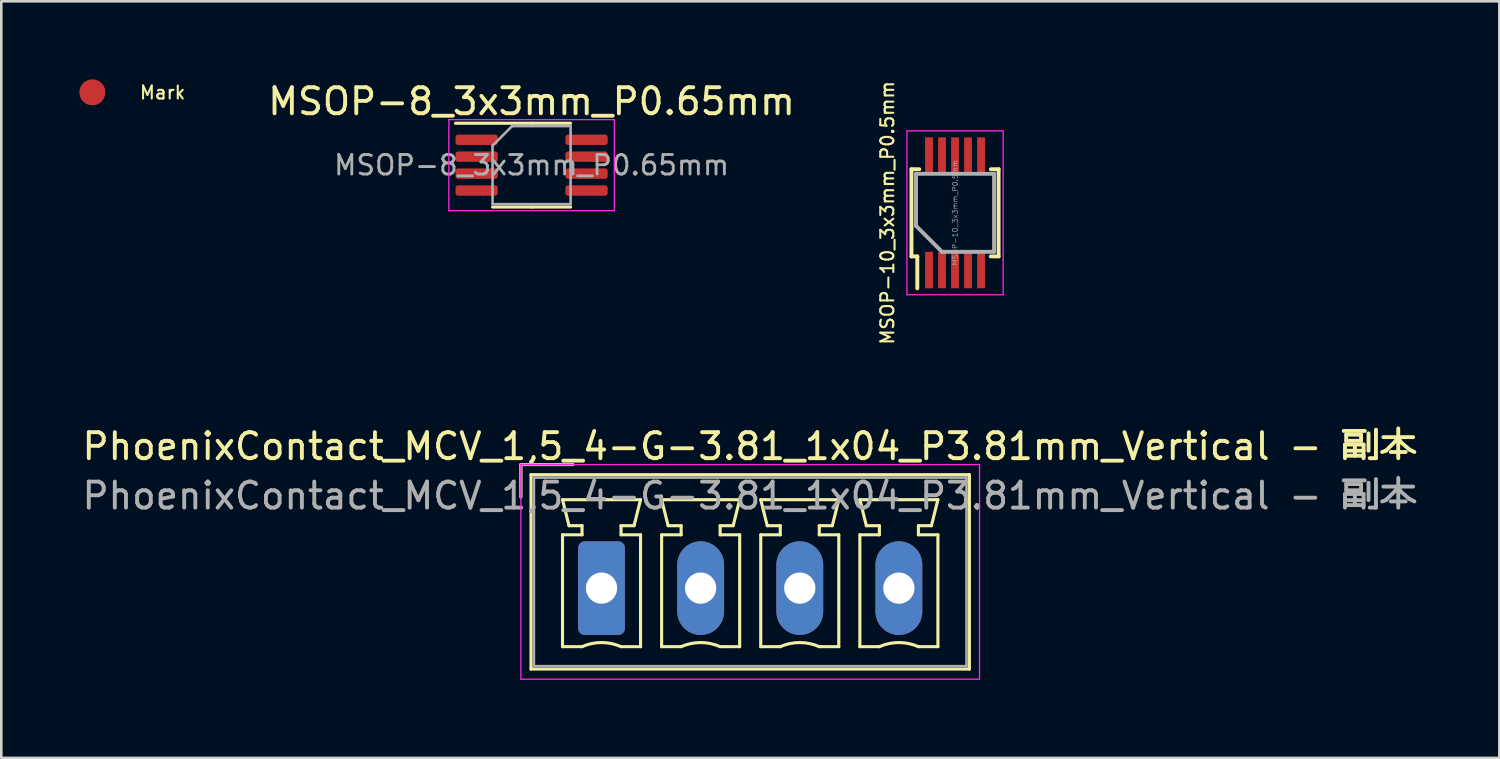
<source format=kicad_pcb>
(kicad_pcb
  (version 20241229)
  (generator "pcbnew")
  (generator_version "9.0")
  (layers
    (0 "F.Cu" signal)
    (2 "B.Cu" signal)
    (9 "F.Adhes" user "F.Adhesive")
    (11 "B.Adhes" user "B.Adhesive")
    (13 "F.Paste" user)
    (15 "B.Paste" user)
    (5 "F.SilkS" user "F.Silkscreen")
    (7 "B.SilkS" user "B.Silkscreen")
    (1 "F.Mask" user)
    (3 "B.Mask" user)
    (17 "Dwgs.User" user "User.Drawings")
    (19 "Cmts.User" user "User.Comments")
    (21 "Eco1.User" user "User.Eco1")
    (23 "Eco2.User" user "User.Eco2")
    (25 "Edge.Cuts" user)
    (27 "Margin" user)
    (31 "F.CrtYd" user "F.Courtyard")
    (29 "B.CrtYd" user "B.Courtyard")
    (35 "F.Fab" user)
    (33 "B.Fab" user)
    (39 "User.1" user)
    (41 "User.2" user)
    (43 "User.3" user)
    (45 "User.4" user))
  (footprint "MSOP-10_3x3mm_P0.5mm"
    (layer "F.Cu")
    (at 33.66 5.13)
    (property "Reference" "MSOP-10_3x3mm_P0.5mm" (at -2.6 0 90) (layer "F.SilkS") (effects (font (size 0.5 0.5) (thickness 0.08))))
    (attr smd)
    (fp_line (start -1.675 -1.675) (end -1.375 -1.675) (stroke (width 0.15) (type solid)) (layer "F.SilkS"))
    (fp_line (start -1.675 1.675) (end -1.675 -1.675) (stroke (width 0.15) (type solid)) (layer "F.SilkS"))
    (fp_line (start -1.675 1.675) (end -1.45 1.675) (stroke (width 0.15) (type solid)) (layer "F.SilkS"))
    (fp_line (start -1.45 1.675) (end -1.45 2.9) (stroke (width 0.15) (type solid)) (layer "F.SilkS"))
    (fp_line (start 1.675 -1.675) (end 1.375 -1.675) (stroke (width 0.15) (type solid)) (layer "F.SilkS"))
    (fp_line (start 1.675 1.675) (end 1.375 1.675) (stroke (width 0.15) (type solid)) (layer "F.SilkS"))
    (fp_line (start 1.675 1.675) (end 1.675 -1.675) (stroke (width 0.15) (type solid)) (layer "F.SilkS"))
    (fp_line (start -1.85 -3.15) (end 1.85 -3.15) (stroke (width 0.05) (type solid)) (layer "F.CrtYd"))
    (fp_line (start -1.85 3.15) (end -1.85 -3.15) (stroke (width 0.05) (type solid)) (layer "F.CrtYd"))
    (fp_line (start -1.85 3.15) (end 1.85 3.15) (stroke (width 0.05) (type solid)) (layer "F.CrtYd"))
    (fp_line (start 1.85 3.15) (end 1.85 -3.15) (stroke (width 0.05) (type solid)) (layer "F.CrtYd"))
    (fp_line (start -1.5 -1.5) (end 1.5 -1.5) (stroke (width 0.15) (type solid)) (layer "F.Fab"))
    (fp_line (start -1.5 0.5) (end -1.5 -1.5) (stroke (width 0.15) (type solid)) (layer "F.Fab"))
    (fp_line (start -0.5 1.5) (end -1.5 0.5) (stroke (width 0.15) (type solid)) (layer "F.Fab"))
    (fp_line (start 1.5 -1.5) (end 1.5 1.5) (stroke (width 0.15) (type solid)) (layer "F.Fab"))
    (fp_line (start 1.5 1.5) (end -0.5 1.5) (stroke (width 0.15) (type solid)) (layer "F.Fab"))
    (fp_text user "${REFERENCE}" (at 0 0 90) (layer "F.Fab") (effects (font (size 0.2 0.2) (thickness 0.02))))
    (pad "1" smd rect (at -1 2.2 90) (size 1.4 0.3) (layers "F.Cu" "F.Mask" "F.Paste"))
    (pad "2" smd rect (at -0.5 2.2 90) (size 1.4 0.3) (layers "F.Cu" "F.Mask" "F.Paste"))
    (pad "3" smd rect (at 0 2.2 90) (size 1.4 0.3) (layers "F.Cu" "F.Mask" "F.Paste"))
    (pad "4" smd rect (at 0.5 2.2 90) (size 1.4 0.3) (layers "F.Cu" "F.Mask" "F.Paste"))
    (pad "5" smd rect (at 1 2.2 90) (size 1.4 0.3) (layers "F.Cu" "F.Mask" "F.Paste"))
    (pad "6" smd rect (at 1 -2.2 90) (size 1.4 0.3) (layers "F.Cu" "F.Mask" "F.Paste"))
    (pad "7" smd rect (at 0.5 -2.2 90) (size 1.4 0.3) (layers "F.Cu" "F.Mask" "F.Paste"))
    (pad "8" smd rect (at 0 -2.2 90) (size 1.4 0.3) (layers "F.Cu" "F.Mask" "F.Paste"))
    (pad "9" smd rect (at -0.5 -2.2 90) (size 1.4 0.3) (layers "F.Cu" "F.Mask" "F.Paste"))
    (pad "10" smd rect (at -1 -2.2 90) (size 1.4 0.3) (layers "F.Cu" "F.Mask" "F.Paste")))
  (footprint "PhoenixContact_MCV_1,5_4-G-3.81_1x04_P3.81mm_Vertical - 副本"
    (layer "F.Cu")
    (at 20.072 19.557)
    (property "Reference" "PhoenixContact_MCV_1,5_4-G-3.81_1x04_P3.81mm_Vertical - 副本" (at 5.72 -5.45 0) (layer "F.SilkS") (effects (font (size 1 1) (thickness 0.15))))
    (attr through_hole)
    (fp_line (start -3.1 -4.75) (end -1.1 -4.75) (stroke (width 0.12) (type solid)) (layer "F.SilkS"))
    (fp_line (start -3.1 -3.5) (end -3.1 -4.75) (stroke (width 0.12) (type solid)) (layer "F.SilkS"))
    (fp_line (start -2.71 -4.36) (end -2.71 3.11) (stroke (width 0.12) (type solid)) (layer "F.SilkS"))
    (fp_line (start -2.71 3.11) (end 14.14 3.11) (stroke (width 0.12) (type solid)) (layer "F.SilkS"))
    (fp_line (start -1.5 -3.4) (end 1.5 -3.4) (stroke (width 0.12) (type solid)) (layer "F.SilkS"))
    (fp_line (start -1.5 -2.05) (end -0.75 -2.05) (stroke (width 0.12) (type solid)) (layer "F.SilkS"))
    (fp_line (start -1.5 2.25) (end -1.5 -2.05) (stroke (width 0.12) (type solid)) (layer "F.SilkS"))
    (fp_line (start -1.25 -2.4) (end -1.5 -3.4) (stroke (width 0.12) (type solid)) (layer "F.SilkS"))
    (fp_line (start -0.75 -2.4) (end -1.25 -2.4) (stroke (width 0.12) (type solid)) (layer "F.SilkS"))
    (fp_line (start -0.75 -2.05) (end -0.75 -2.4) (stroke (width 0.12) (type solid)) (layer "F.SilkS"))
    (fp_line (start -0.75 2.25) (end -1.5 2.25) (stroke (width 0.12) (type solid)) (layer "F.SilkS"))
    (fp_line (start 0.75 -2.4) (end 0.75 -2.05) (stroke (width 0.12) (type solid)) (layer "F.SilkS"))
    (fp_line (start 0.75 -2.05) (end 1.5 -2.05) (stroke (width 0.12) (type solid)) (layer "F.SilkS"))
    (fp_line (start 1.25 -2.4) (end 0.75 -2.4) (stroke (width 0.12) (type solid)) (layer "F.SilkS"))
    (fp_line (start 1.5 -3.4) (end 1.25 -2.4) (stroke (width 0.12) (type solid)) (layer "F.SilkS"))
    (fp_line (start 1.5 -2.05) (end 1.5 2.25) (stroke (width 0.12) (type solid)) (layer "F.SilkS"))
    (fp_line (start 1.5 2.25) (end 0.75 2.25) (stroke (width 0.12) (type solid)) (layer "F.SilkS"))
    (fp_line (start 2.31 -3.4) (end 5.31 -3.4) (stroke (width 0.12) (type solid)) (layer "F.SilkS"))
    (fp_line (start 2.31 -2.05) (end 3.06 -2.05) (stroke (width 0.12) (type solid)) (layer "F.SilkS"))
    (fp_line (start 2.31 2.25) (end 2.31 -2.05) (stroke (width 0.12) (type solid)) (layer "F.SilkS"))
    (fp_line (start 2.56 -2.4) (end 2.31 -3.4) (stroke (width 0.12) (type solid)) (layer "F.SilkS"))
    (fp_line (start 3.06 -2.4) (end 2.56 -2.4) (stroke (width 0.12) (type solid)) (layer "F.SilkS"))
    (fp_line (start 3.06 -2.05) (end 3.06 -2.4) (stroke (width 0.12) (type solid)) (layer "F.SilkS"))
    (fp_line (start 3.06 2.25) (end 2.31 2.25) (stroke (width 0.12) (type solid)) (layer "F.SilkS"))
    (fp_line (start 4.56 -2.4) (end 4.56 -2.05) (stroke (width 0.12) (type solid)) (layer "F.SilkS"))
    (fp_line (start 4.56 -2.05) (end 5.31 -2.05) (stroke (width 0.12) (type solid)) (layer "F.SilkS"))
    (fp_line (start 5.06 -2.4) (end 4.56 -2.4) (stroke (width 0.12) (type solid)) (layer "F.SilkS"))
    (fp_line (start 5.31 -3.4) (end 5.06 -2.4) (stroke (width 0.12) (type solid)) (layer "F.SilkS"))
    (fp_line (start 5.31 -2.05) (end 5.31 2.25) (stroke (width 0.12) (type solid)) (layer "F.SilkS"))
    (fp_line (start 5.31 2.25) (end 4.56 2.25) (stroke (width 0.12) (type solid)) (layer "F.SilkS"))
    (fp_line (start 6.12 -3.4) (end 9.12 -3.4) (stroke (width 0.12) (type solid)) (layer "F.SilkS"))
    (fp_line (start 6.12 -2.05) (end 6.87 -2.05) (stroke (width 0.12) (type solid)) (layer "F.SilkS"))
    (fp_line (start 6.12 2.25) (end 6.12 -2.05) (stroke (width 0.12) (type solid)) (layer "F.SilkS"))
    (fp_line (start 6.37 -2.4) (end 6.12 -3.4) (stroke (width 0.12) (type solid)) (layer "F.SilkS"))
    (fp_line (start 6.87 -2.4) (end 6.37 -2.4) (stroke (width 0.12) (type solid)) (layer "F.SilkS"))
    (fp_line (start 6.87 -2.05) (end 6.87 -2.4) (stroke (width 0.12) (type solid)) (layer "F.SilkS"))
    (fp_line (start 6.87 2.25) (end 6.12 2.25) (stroke (width 0.12) (type solid)) (layer "F.SilkS"))
    (fp_line (start 8.37 -2.4) (end 8.37 -2.05) (stroke (width 0.12) (type solid)) (layer "F.SilkS"))
    (fp_line (start 8.37 -2.05) (end 9.12 -2.05) (stroke (width 0.12) (type solid)) (layer "F.SilkS"))
    (fp_line (start 8.87 -2.4) (end 8.37 -2.4) (stroke (width 0.12) (type solid)) (layer "F.SilkS"))
    (fp_line (start 9.12 -3.4) (end 8.87 -2.4) (stroke (width 0.12) (type solid)) (layer "F.SilkS"))
    (fp_line (start 9.12 -2.05) (end 9.12 2.25) (stroke (width 0.12) (type solid)) (layer "F.SilkS"))
    (fp_line (start 9.12 2.25) (end 8.37 2.25) (stroke (width 0.12) (type solid)) (layer "F.SilkS"))
    (fp_line (start 9.93 -3.4) (end 12.93 -3.4) (stroke (width 0.12) (type solid)) (layer "F.SilkS"))
    (fp_line (start 9.93 -2.05) (end 10.68 -2.05) (stroke (width 0.12) (type solid)) (layer "F.SilkS"))
    (fp_line (start 9.93 2.25) (end 9.93 -2.05) (stroke (width 0.12) (type solid)) (layer "F.SilkS"))
    (fp_line (start 10.18 -2.4) (end 9.93 -3.4) (stroke (width 0.12) (type solid)) (layer "F.SilkS"))
    (fp_line (start 10.68 -2.4) (end 10.18 -2.4) (stroke (width 0.12) (type solid)) (layer "F.SilkS"))
    (fp_line (start 10.68 -2.05) (end 10.68 -2.4) (stroke (width 0.12) (type solid)) (layer "F.SilkS"))
    (fp_line (start 10.68 2.25) (end 9.93 2.25) (stroke (width 0.12) (type solid)) (layer "F.SilkS"))
    (fp_line (start 12.18 -2.4) (end 12.18 -2.05) (stroke (width 0.12) (type solid)) (layer "F.SilkS"))
    (fp_line (start 12.18 -2.05) (end 12.93 -2.05) (stroke (width 0.12) (type solid)) (layer "F.SilkS"))
    (fp_line (start 12.68 -2.4) (end 12.18 -2.4) (stroke (width 0.12) (type solid)) (layer "F.SilkS"))
    (fp_line (start 12.93 -3.4) (end 12.68 -2.4) (stroke (width 0.12) (type solid)) (layer "F.SilkS"))
    (fp_line (start 12.93 -2.05) (end 12.93 2.25) (stroke (width 0.12) (type solid)) (layer "F.SilkS"))
    (fp_line (start 12.93 2.25) (end 12.18 2.25) (stroke (width 0.12) (type solid)) (layer "F.SilkS"))
    (fp_line (start 14.14 -4.36) (end -2.71 -4.36) (stroke (width 0.12) (type solid)) (layer "F.SilkS"))
    (fp_line (start 14.14 3.11) (end 14.14 -4.36) (stroke (width 0.12) (type solid)) (layer "F.SilkS"))
    (fp_arc (start -0.75 2.25) (mid -0.000193 2.09191) (end 0.749647 2.249844) (stroke (width 0.12) (type solid)) (layer "F.SilkS"))
    (fp_arc (start 3.06 2.25) (mid 3.809807 2.09191) (end 4.559647 2.249844) (stroke (width 0.12) (type solid)) (layer "F.SilkS"))
    (fp_arc (start 6.87 2.25) (mid 7.619807 2.09191) (end 8.369647 2.249844) (stroke (width 0.12) (type solid)) (layer "F.SilkS"))
    (fp_arc (start 10.68 2.25) (mid 11.429807 2.09191) (end 12.179647 2.249844) (stroke (width 0.12) (type solid)) (layer "F.SilkS"))
    (fp_line (start -3.1 -4.75) (end -3.1 3.5) (stroke (width 0.05) (type solid)) (layer "F.CrtYd"))
    (fp_line (start -3.1 3.5) (end 14.53 3.5) (stroke (width 0.05) (type solid)) (layer "F.CrtYd"))
    (fp_line (start 14.53 -4.75) (end -3.1 -4.75) (stroke (width 0.05) (type solid)) (layer "F.CrtYd"))
    (fp_line (start 14.53 3.5) (end 14.53 -4.75) (stroke (width 0.05) (type solid)) (layer "F.CrtYd"))
    (fp_line (start -3.1 -4.75) (end -1.1 -4.75) (stroke (width 0.1) (type solid)) (layer "F.Fab"))
    (fp_line (start -3.1 -3.5) (end -3.1 -4.75) (stroke (width 0.1) (type solid)) (layer "F.Fab"))
    (fp_line (start -2.6 -4.25) (end -2.6 3) (stroke (width 0.1) (type solid)) (layer "F.Fab"))
    (fp_line (start -2.6 3) (end 14.03 3) (stroke (width 0.1) (type solid)) (layer "F.Fab"))
    (fp_line (start 14.03 -4.25) (end -2.6 -4.25) (stroke (width 0.1) (type solid)) (layer "F.Fab"))
    (fp_line (start 14.03 3) (end 14.03 -4.25) (stroke (width 0.1) (type solid)) (layer "F.Fab"))
    (fp_text user "${REFERENCE}" (at 5.72 -3.55 0) (layer "F.Fab") (effects (font (size 1 1) (thickness 0.15))))
    (pad "1" thru_hole roundrect (at 0 0) (size 1.8 3.6) (drill 1.2) (layers "*.Cu" "*.Mask") (roundrect_rratio 0.139))
    (pad "2" thru_hole oval (at 3.81 0) (size 1.8 3.6) (drill 1.2) (layers "*.Cu" "*.Mask"))
    (pad "3" thru_hole oval (at 7.62 0) (size 1.8 3.6) (drill 1.2) (layers "*.Cu" "*.Mask"))
    (pad "4" thru_hole oval (at 11.43 0) (size 1.8 3.6) (drill 1.2) (layers "*.Cu" "*.Mask")))
  (footprint "MSOP-8_3x3mm_P0.65mm"
    (layer "F.Cu")
    (at 17.383 3.298)
    (property "Reference" "MSOP-8_3x3mm_P0.65mm" (at 0 -2.45 0) (layer "F.SilkS") (effects (font (size 1 1) (thickness 0.15))))
    (attr smd)
    (fp_line (start 0 -1.61) (end -2.925 -1.61) (stroke (width 0.12) (type solid)) (layer "F.SilkS"))
    (fp_line (start 0 -1.61) (end 1.5 -1.61) (stroke (width 0.12) (type solid)) (layer "F.SilkS"))
    (fp_line (start 0 1.61) (end -1.5 1.61) (stroke (width 0.12) (type solid)) (layer "F.SilkS"))
    (fp_line (start 0 1.61) (end 1.5 1.61) (stroke (width 0.12) (type solid)) (layer "F.SilkS"))
    (fp_line (start -3.18 -1.75) (end -3.18 1.75) (stroke (width 0.05) (type solid)) (layer "F.CrtYd"))
    (fp_line (start -3.18 1.75) (end 3.18 1.75) (stroke (width 0.05) (type solid)) (layer "F.CrtYd"))
    (fp_line (start 3.18 -1.75) (end -3.18 -1.75) (stroke (width 0.05) (type solid)) (layer "F.CrtYd"))
    (fp_line (start 3.18 1.75) (end 3.18 -1.75) (stroke (width 0.05) (type solid)) (layer "F.CrtYd"))
    (fp_line (start -1.5 -0.75) (end -0.75 -1.5) (stroke (width 0.1) (type solid)) (layer "F.Fab"))
    (fp_line (start -1.5 1.5) (end -1.5 -0.75) (stroke (width 0.1) (type solid)) (layer "F.Fab"))
    (fp_line (start -0.75 -1.5) (end 1.5 -1.5) (stroke (width 0.1) (type solid)) (layer "F.Fab"))
    (fp_line (start 1.5 -1.5) (end 1.5 1.5) (stroke (width 0.1) (type solid)) (layer "F.Fab"))
    (fp_line (start 1.5 1.5) (end -1.5 1.5) (stroke (width 0.1) (type solid)) (layer "F.Fab"))
    (fp_text user "${REFERENCE}" (at 0 0 0) (layer "F.Fab") (effects (font (size 0.75 0.75) (thickness 0.11))))
    (pad "1" smd roundrect (at -2.112 -0.975) (size 1.625 0.4) (layers "F.Cu" "F.Mask" "F.Paste") (roundrect_rratio 0.25))
    (pad "2" smd roundrect (at -2.112 -0.325) (size 1.625 0.4) (layers "F.Cu" "F.Mask" "F.Paste") (roundrect_rratio 0.25))
    (pad "3" smd roundrect (at -2.112 0.325) (size 1.625 0.4) (layers "F.Cu" "F.Mask" "F.Paste") (roundrect_rratio 0.25))
    (pad "4" smd roundrect (at -2.112 0.975) (size 1.625 0.4) (layers "F.Cu" "F.Mask" "F.Paste") (roundrect_rratio 0.25))
    (pad "5" smd roundrect (at 2.112 0.975) (size 1.625 0.4) (layers "F.Cu" "F.Mask" "F.Paste") (roundrect_rratio 0.25))
    (pad "6" smd roundrect (at 2.112 0.325) (size 1.625 0.4) (layers "F.Cu" "F.Mask" "F.Paste") (roundrect_rratio 0.25))
    (pad "7" smd roundrect (at 2.112 -0.325) (size 1.625 0.4) (layers "F.Cu" "F.Mask" "F.Paste") (roundrect_rratio 0.25))
    (pad "8" smd roundrect (at 2.112 -0.975) (size 1.625 0.4) (layers "F.Cu" "F.Mask" "F.Paste") (roundrect_rratio 0.25)))
  (footprint "Mark"
    (layer "F.Cu")
    (at 0.5 0.5)
    (property "Reference" "Mark" (at 2.7 0.01 0) (layer "F.SilkS") (effects (font (size 0.5 0.5) (thickness 0.08))))
    (attr through_hole)
    (pad "1" smd circle (at 0 0) (size 1 1) (layers "F.Cu" "F.Mask" "F.Paste")))
  (gr_rect
    (start -3 -3)
    (end 54.583 26.082)
    (stroke (width 0.1) (type default))
    (fill no)
    (layer "Edge.Cuts")))
</source>
